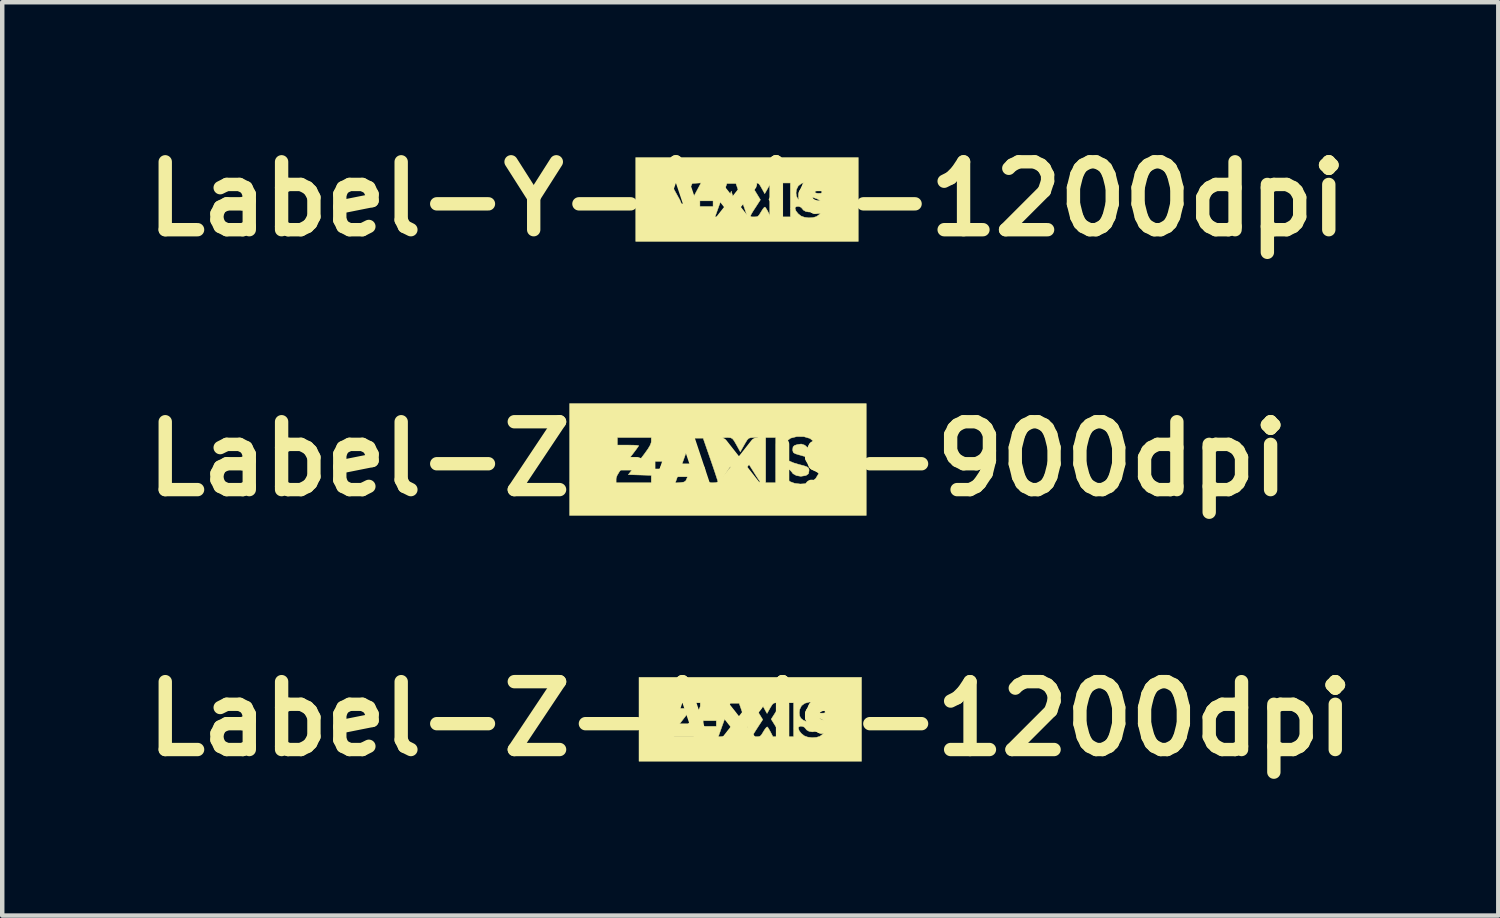
<source format=kicad_pcb>
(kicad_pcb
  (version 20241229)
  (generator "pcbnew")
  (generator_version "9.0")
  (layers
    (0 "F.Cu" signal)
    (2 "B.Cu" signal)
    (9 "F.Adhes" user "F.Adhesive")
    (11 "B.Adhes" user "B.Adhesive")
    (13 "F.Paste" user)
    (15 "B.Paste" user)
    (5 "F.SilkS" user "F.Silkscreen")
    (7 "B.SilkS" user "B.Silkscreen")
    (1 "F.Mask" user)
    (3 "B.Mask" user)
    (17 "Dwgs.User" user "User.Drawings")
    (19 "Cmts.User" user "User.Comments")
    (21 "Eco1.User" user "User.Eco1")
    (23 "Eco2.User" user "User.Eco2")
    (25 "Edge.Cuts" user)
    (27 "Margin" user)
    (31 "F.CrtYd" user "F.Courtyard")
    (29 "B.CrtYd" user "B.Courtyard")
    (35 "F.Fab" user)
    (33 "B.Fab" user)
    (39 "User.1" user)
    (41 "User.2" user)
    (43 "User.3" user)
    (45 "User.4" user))
  (footprint "Label-Z-Axis-900dpi"
    (layer "F.Cu")
    (at 13.07 7.254)
    (property "Reference" "Label-Z-Axis-900dpi" (at 0 0 0) (layer "F.SilkS") (effects (font (size 1.524 1.524) (thickness 0.3))))
    (attr through_hole)
    (fp_poly (pts (xy -0.42 -0.068) (xy -0.392 0.023) (xy -0.373 0.092) (xy -0.367 0.12) (xy -0.392 0.133) (xy -0.455 0.14) (xy -0.483 0.141) (xy -0.56 0.135) (xy -0.587 0.115) (xy -0.586 0.106) (xy -0.57 0.061) (xy -0.544 -0.018) (xy -0.522 -0.082) (xy -0.472 -0.235) (xy -0.42 -0.068)) (stroke (width 0.01) (type solid)) (fill yes) (layer "F.SilkS"))
    (fp_poly (pts (xy 3.33 1.27) (xy -3.33 1.27) (xy -3.33 0.539) (xy -0.958 0.539) (xy -0.841 0.531) (xy -0.764 0.52) (xy -0.722 0.492) (xy -0.695 0.433) (xy -0.691 0.423) (xy -0.671 0.37) (xy -0.646 0.34) (xy -0.6 0.325) (xy -0.518 0.318) (xy -0.475 0.316) (xy -0.292 0.308) (xy -0.258 0.422) (xy -0.232 0.494) (xy -0.2 0.527) (xy -0.142 0.536) (xy -0.112 0.536) (xy -0.041 0.531) (xy -0.013 0.521) (xy 0.079 0.521) (xy 0.1 0.534) (xy 0.144 0.536) (xy 0.18 0.536) (xy 0.25 0.534) (xy 0.297 0.519) (xy 0.335 0.48) (xy 0.381 0.406) (xy 0.395 0.381) (xy 0.445 0.303) (xy 0.487 0.253) (xy 0.511 0.242) (xy 0.537 0.274) (xy 0.578 0.341) (xy 0.608 0.397) (xy 0.678 0.536) (xy 0.822 0.536) (xy 0.907 0.533) (xy 0.943 0.522) (xy 0.939 0.501) (xy 0.938 0.501) (xy 0.912 0.462) (xy 0.864 0.389) (xy 0.803 0.292) (xy 0.769 0.238) (xy 0.627 0.01) (xy 0.752 -0.185) (xy 0.831 -0.309) (xy 0.883 -0.392) (xy 0.908 -0.443) (xy 0.908 -0.469) (xy 0.885 -0.479) (xy 0.853 -0.48) (xy 1.072 -0.48) (xy 1.072 0.536) (xy 1.298 0.536) (xy 1.298 0.276) (xy 1.439 0.276) (xy 1.464 0.356) (xy 1.529 0.44) (xy 1.619 0.51) (xy 1.721 0.548) (xy 1.849 0.564) (xy 1.978 0.556) (xy 2.083 0.525) (xy 2.195 0.442) (xy 2.258 0.337) (xy 2.271 0.218) (xy 2.247 0.131) (xy 2.216 0.077) (xy 2.168 0.033) (xy 2.092 -0.006) (xy 1.981 -0.046) (xy 1.823 -0.091) (xy 1.82 -0.091) (xy 1.737 -0.117) (xy 1.695 -0.142) (xy 1.681 -0.181) (xy 1.679 -0.213) (xy 1.687 -0.27) (xy 1.72 -0.302) (xy 1.783 -0.322) (xy 1.87 -0.334) (xy 1.938 -0.313) (xy 1.96 -0.3) (xy 2.011 -0.254) (xy 2.032 -0.211) (xy 2.052 -0.182) (xy 2.116 -0.17) (xy 2.143 -0.169) (xy 2.214 -0.172) (xy 2.241 -0.187) (xy 2.237 -0.228) (xy 2.228 -0.258) (xy 2.168 -0.378) (xy 2.068 -0.459) (xy 1.93 -0.5) (xy 1.769 -0.501) (xy 1.632 -0.466) (xy 1.534 -0.392) (xy 1.479 -0.281) (xy 1.468 -0.181) (xy 1.478 -0.087) (xy 1.516 -0.015) (xy 1.588 0.042) (xy 1.702 0.09) (xy 1.824 0.126) (xy 1.934 0.155) (xy 2 0.179) (xy 2.033 0.203) (xy 2.045 0.234) (xy 2.046 0.266) (xy 2.033 0.332) (xy 1.984 0.368) (xy 1.967 0.374) (xy 1.862 0.391) (xy 1.762 0.374) (xy 1.685 0.331) (xy 1.659 0.295) (xy 1.618 0.249) (xy 1.556 0.224) (xy 1.494 0.223) (xy 1.45 0.246) (xy 1.439 0.276) (xy 1.298 0.276) (xy 1.298 -0.48) (xy 1.072 -0.48) (xy 0.853 -0.48) (xy 0.84 -0.48) (xy 0.808 -0.48) (xy 0.739 -0.477) (xy 0.693 -0.463) (xy 0.656 -0.425) (xy 0.611 -0.352) (xy 0.593 -0.32) (xy 0.502 -0.16) (xy 0.414 -0.32) (xy 0.364 -0.406) (xy 0.326 -0.454) (xy 0.285 -0.475) (xy 0.225 -0.48) (xy 0.205 -0.48) (xy 0.132 -0.476) (xy 0.089 -0.468) (xy 0.085 -0.464) (xy 0.098 -0.434) (xy 0.136 -0.368) (xy 0.19 -0.277) (xy 0.229 -0.212) (xy 0.373 0.023) (xy 0.246 0.22) (xy 0.163 0.348) (xy 0.109 0.436) (xy 0.081 0.491) (xy 0.079 0.521) (xy -0.013 0.521) (xy -0.003 0.517) (xy 0 0.512) (xy -0.009 0.479) (xy -0.034 0.402) (xy -0.071 0.289) (xy -0.118 0.15) (xy -0.166 0.011) (xy -0.332 -0.466) (xy -0.601 -0.466) (xy -0.65 -0.325) (xy -0.679 -0.244) (xy -0.721 -0.125) (xy -0.771 0.016) (xy -0.824 0.164) (xy -0.829 0.178) (xy -0.958 0.539) (xy -3.33 0.539) (xy -3.33 0.451) (xy -2.286 0.451) (xy -2.286 0.536) (xy -1.496 0.536) (xy -1.496 0.369) (xy -1.753 0.361) (xy -2.011 0.353) (xy -1.779 0.056) (xy -1.411 0.056) (xy -1.411 0.226) (xy -1.016 0.226) (xy -1.016 0.056) (xy -1.411 0.056) (xy -1.779 0.056) (xy -1.753 0.023) (xy -1.645 -0.119) (xy -1.569 -0.226) (xy -1.522 -0.305) (xy -1.5 -0.363) (xy -1.496 -0.393) (xy -1.496 -0.48) (xy -2.258 -0.48) (xy -2.258 -0.31) (xy -2.018 -0.31) (xy -1.909 -0.309) (xy -1.827 -0.305) (xy -1.782 -0.298) (xy -1.778 -0.296) (xy -1.795 -0.27) (xy -1.84 -0.207) (xy -1.908 -0.117) (xy -1.993 -0.008) (xy -2.032 0.042) (xy -2.14 0.184) (xy -2.215 0.29) (xy -2.262 0.368) (xy -2.283 0.425) (xy -2.286 0.451) (xy -3.33 0.451) (xy -3.33 -1.242) (xy 3.33 -1.242) (xy 3.33 1.27)) (stroke (width 0.01) (type solid)) (fill yes) (layer "F.SilkS")))
  (footprint "Label-Y-Axis-1200dpi"
    (layer "F.Cu")
    (at 13.723 1.418)
    (property "Reference" "Label-Y-Axis-1200dpi" (at 0 0 0) (layer "F.SilkS") (effects (font (size 1.524 1.524) (thickness 0.3))))
    (attr through_hole)
    (fp_poly (pts (xy -0.315 -0.051) (xy -0.294 0.017) (xy -0.28 0.069) (xy -0.275 0.09) (xy -0.294 0.1) (xy -0.341 0.105) (xy -0.362 0.106) (xy -0.42 0.101) (xy -0.44 0.087) (xy -0.439 0.079) (xy -0.428 0.046) (xy -0.408 -0.013) (xy -0.392 -0.062) (xy -0.354 -0.177) (xy -0.315 -0.051)) (stroke (width 0.01) (type solid)) (fill yes) (layer "F.SilkS"))
    (fp_poly (pts (xy 2.498 0.953) (xy -2.498 0.953) (xy -2.498 0.405) (xy -0.719 0.405) (xy -0.631 0.398) (xy -0.573 0.39) (xy -0.542 0.369) (xy -0.521 0.325) (xy -0.519 0.318) (xy -0.503 0.278) (xy -0.484 0.255) (xy -0.45 0.244) (xy -0.389 0.239) (xy -0.356 0.237) (xy -0.219 0.231) (xy -0.193 0.317) (xy -0.174 0.371) (xy -0.15 0.395) (xy -0.106 0.402) (xy -0.084 0.402) (xy -0.031 0.398) (xy -0.01 0.391) (xy 0.08 0.391) (xy 0.097 0.4) (xy 0.129 0.402) (xy 0.156 0.402) (xy 0.209 0.4) (xy 0.244 0.389) (xy 0.272 0.36) (xy 0.307 0.304) (xy 0.318 0.286) (xy 0.355 0.227) (xy 0.386 0.19) (xy 0.404 0.181) (xy 0.424 0.206) (xy 0.455 0.256) (xy 0.477 0.298) (xy 0.53 0.402) (xy 0.638 0.402) (xy 0.701 0.4) (xy 0.728 0.392) (xy 0.725 0.376) (xy 0.725 0.376) (xy 0.705 0.347) (xy 0.669 0.292) (xy 0.623 0.219) (xy 0.598 0.178) (xy 0.491 0.008) (xy 0.585 -0.139) (xy 0.645 -0.232) (xy 0.683 -0.294) (xy 0.702 -0.332) (xy 0.702 -0.352) (xy 0.685 -0.359) (xy 0.661 -0.36) (xy 0.804 -0.36) (xy 0.804 0.402) (xy 0.974 0.402) (xy 0.974 0.207) (xy 1.079 0.207) (xy 1.098 0.267) (xy 1.147 0.33) (xy 1.214 0.383) (xy 1.291 0.411) (xy 1.387 0.423) (xy 1.484 0.417) (xy 1.562 0.394) (xy 1.646 0.331) (xy 1.694 0.253) (xy 1.703 0.164) (xy 1.685 0.098) (xy 1.662 0.058) (xy 1.626 0.025) (xy 1.569 -0.005) (xy 1.485 -0.034) (xy 1.367 -0.068) (xy 1.365 -0.069) (xy 1.303 -0.087) (xy 1.271 -0.107) (xy 1.26 -0.136) (xy 1.259 -0.159) (xy 1.265 -0.203) (xy 1.29 -0.226) (xy 1.337 -0.242) (xy 1.402 -0.25) (xy 1.453 -0.235) (xy 1.47 -0.225) (xy 1.508 -0.19) (xy 1.524 -0.158) (xy 1.539 -0.136) (xy 1.587 -0.127) (xy 1.607 -0.127) (xy 1.66 -0.129) (xy 1.681 -0.14) (xy 1.678 -0.171) (xy 1.671 -0.193) (xy 1.626 -0.284) (xy 1.551 -0.344) (xy 1.447 -0.375) (xy 1.327 -0.376) (xy 1.224 -0.349) (xy 1.151 -0.294) (xy 1.11 -0.211) (xy 1.101 -0.136) (xy 1.109 -0.065) (xy 1.137 -0.011) (xy 1.191 0.032) (xy 1.277 0.068) (xy 1.368 0.094) (xy 1.45 0.117) (xy 1.5 0.134) (xy 1.525 0.152) (xy 1.534 0.176) (xy 1.535 0.199) (xy 1.525 0.249) (xy 1.488 0.276) (xy 1.475 0.281) (xy 1.396 0.293) (xy 1.321 0.281) (xy 1.264 0.248) (xy 1.244 0.221) (xy 1.213 0.187) (xy 1.167 0.168) (xy 1.121 0.167) (xy 1.087 0.184) (xy 1.079 0.207) (xy 0.974 0.207) (xy 0.974 -0.36) (xy 0.804 -0.36) (xy 0.661 -0.36) (xy 0.651 -0.36) (xy 0.627 -0.36) (xy 0.576 -0.358) (xy 0.541 -0.347) (xy 0.513 -0.319) (xy 0.479 -0.264) (xy 0.466 -0.24) (xy 0.398 -0.12) (xy 0.331 -0.24) (xy 0.294 -0.305) (xy 0.266 -0.341) (xy 0.235 -0.356) (xy 0.19 -0.36) (xy 0.175 -0.36) (xy 0.12 -0.357) (xy 0.088 -0.351) (xy 0.085 -0.348) (xy 0.095 -0.326) (xy 0.123 -0.276) (xy 0.163 -0.207) (xy 0.193 -0.159) (xy 0.301 0.018) (xy 0.206 0.165) (xy 0.143 0.261) (xy 0.103 0.327) (xy 0.082 0.368) (xy 0.08 0.391) (xy -0.01 0.391) (xy -0.002 0.388) (xy 0 0.384) (xy -0.007 0.359) (xy -0.025 0.301) (xy -0.053 0.217) (xy -0.089 0.113) (xy -0.125 0.009) (xy -0.249 -0.349) (xy -0.451 -0.349) (xy -0.488 -0.243) (xy -0.509 -0.183) (xy -0.541 -0.094) (xy -0.578 0.012) (xy -0.618 0.123) (xy -0.622 0.133) (xy -0.719 0.405) (xy -2.498 0.405) (xy -2.498 -0.36) (xy -1.716 -0.36) (xy -1.68 -0.291) (xy -1.653 -0.24) (xy -1.613 -0.167) (xy -1.567 -0.084) (xy -1.553 -0.059) (xy -1.507 0.024) (xy -1.48 0.087) (xy -1.466 0.143) (xy -1.461 0.208) (xy -1.46 0.253) (xy -1.46 0.402) (xy -1.291 0.402) (xy -1.291 0.263) (xy -1.29 0.203) (xy -1.284 0.152) (xy -1.269 0.1) (xy -1.244 0.042) (xy -1.058 0.042) (xy -1.058 0.169) (xy -0.762 0.169) (xy -0.762 0.042) (xy -1.058 0.042) (xy -1.244 0.042) (xy -1.243 0.038) (xy -1.202 -0.044) (xy -1.162 -0.119) (xy -1.032 -0.362) (xy -1.23 -0.349) (xy -1.302 -0.191) (xy -1.374 -0.032) (xy -1.45 -0.196) (xy -1.525 -0.36) (xy -1.716 -0.36) (xy -2.498 -0.36) (xy -2.498 -0.931) (xy 2.498 -0.931) (xy 2.498 0.953)) (stroke (width 0.01) (type solid)) (fill yes) (layer "F.SilkS")))
  (footprint "Label-Z-Axis-1200dpi"
    (layer "F.Cu")
    (at 13.796 13.09)
    (property "Reference" "Label-Z-Axis-1200dpi" (at 0 0 0) (layer "F.SilkS") (effects (font (size 1.524 1.524) (thickness 0.3))))
    (attr through_hole)
    (fp_poly (pts (xy -0.315 -0.051) (xy -0.294 0.017) (xy -0.28 0.069) (xy -0.275 0.09) (xy -0.294 0.1) (xy -0.341 0.105) (xy -0.362 0.106) (xy -0.42 0.101) (xy -0.44 0.087) (xy -0.439 0.079) (xy -0.428 0.046) (xy -0.408 -0.013) (xy -0.392 -0.062) (xy -0.354 -0.177) (xy -0.315 -0.051)) (stroke (width 0.01) (type solid)) (fill yes) (layer "F.SilkS"))
    (fp_poly (pts (xy 2.498 0.953) (xy -2.498 0.953) (xy -2.498 0.405) (xy -0.719 0.405) (xy -0.631 0.398) (xy -0.573 0.39) (xy -0.542 0.369) (xy -0.521 0.325) (xy -0.519 0.318) (xy -0.503 0.278) (xy -0.484 0.255) (xy -0.45 0.244) (xy -0.389 0.239) (xy -0.356 0.237) (xy -0.219 0.231) (xy -0.193 0.317) (xy -0.174 0.371) (xy -0.15 0.395) (xy -0.106 0.402) (xy -0.084 0.402) (xy -0.031 0.398) (xy -0.01 0.391) (xy 0.059 0.391) (xy 0.075 0.4) (xy 0.108 0.402) (xy 0.135 0.402) (xy 0.188 0.4) (xy 0.222 0.389) (xy 0.251 0.36) (xy 0.286 0.304) (xy 0.296 0.286) (xy 0.334 0.227) (xy 0.365 0.19) (xy 0.383 0.181) (xy 0.403 0.206) (xy 0.433 0.256) (xy 0.456 0.298) (xy 0.509 0.402) (xy 0.617 0.402) (xy 0.68 0.4) (xy 0.707 0.392) (xy 0.704 0.376) (xy 0.704 0.376) (xy 0.684 0.347) (xy 0.648 0.292) (xy 0.602 0.219) (xy 0.576 0.178) (xy 0.47 0.008) (xy 0.564 -0.139) (xy 0.623 -0.232) (xy 0.662 -0.294) (xy 0.681 -0.332) (xy 0.681 -0.352) (xy 0.664 -0.359) (xy 0.64 -0.36) (xy 0.804 -0.36) (xy 0.804 0.402) (xy 0.974 0.402) (xy 0.974 0.207) (xy 1.079 0.207) (xy 1.098 0.267) (xy 1.147 0.33) (xy 1.214 0.383) (xy 1.291 0.411) (xy 1.387 0.423) (xy 1.484 0.417) (xy 1.562 0.394) (xy 1.646 0.331) (xy 1.694 0.253) (xy 1.703 0.164) (xy 1.685 0.098) (xy 1.662 0.058) (xy 1.626 0.025) (xy 1.569 -0.005) (xy 1.485 -0.034) (xy 1.367 -0.068) (xy 1.365 -0.069) (xy 1.303 -0.087) (xy 1.271 -0.107) (xy 1.26 -0.136) (xy 1.259 -0.159) (xy 1.265 -0.203) (xy 1.29 -0.226) (xy 1.337 -0.242) (xy 1.402 -0.25) (xy 1.453 -0.235) (xy 1.47 -0.225) (xy 1.508 -0.19) (xy 1.524 -0.158) (xy 1.539 -0.136) (xy 1.587 -0.127) (xy 1.607 -0.127) (xy 1.66 -0.129) (xy 1.681 -0.14) (xy 1.678 -0.171) (xy 1.671 -0.193) (xy 1.626 -0.284) (xy 1.551 -0.344) (xy 1.447 -0.375) (xy 1.327 -0.376) (xy 1.224 -0.349) (xy 1.151 -0.294) (xy 1.11 -0.211) (xy 1.101 -0.136) (xy 1.109 -0.065) (xy 1.137 -0.011) (xy 1.191 0.032) (xy 1.277 0.068) (xy 1.368 0.094) (xy 1.45 0.117) (xy 1.5 0.134) (xy 1.525 0.152) (xy 1.534 0.176) (xy 1.535 0.199) (xy 1.525 0.249) (xy 1.488 0.276) (xy 1.475 0.281) (xy 1.396 0.293) (xy 1.321 0.281) (xy 1.264 0.248) (xy 1.244 0.221) (xy 1.213 0.187) (xy 1.167 0.168) (xy 1.121 0.167) (xy 1.087 0.184) (xy 1.079 0.207) (xy 0.974 0.207) (xy 0.974 -0.36) (xy 0.804 -0.36) (xy 0.64 -0.36) (xy 0.63 -0.36) (xy 0.606 -0.36) (xy 0.554 -0.358) (xy 0.52 -0.347) (xy 0.492 -0.319) (xy 0.458 -0.264) (xy 0.444 -0.24) (xy 0.377 -0.12) (xy 0.31 -0.24) (xy 0.273 -0.305) (xy 0.244 -0.341) (xy 0.213 -0.356) (xy 0.169 -0.36) (xy 0.154 -0.36) (xy 0.099 -0.357) (xy 0.067 -0.351) (xy 0.064 -0.348) (xy 0.074 -0.326) (xy 0.102 -0.276) (xy 0.142 -0.207) (xy 0.172 -0.159) (xy 0.28 0.018) (xy 0.184 0.165) (xy 0.122 0.261) (xy 0.081 0.327) (xy 0.061 0.368) (xy 0.059 0.391) (xy -0.01 0.391) (xy -0.002 0.388) (xy 0 0.384) (xy -0.007 0.359) (xy -0.025 0.301) (xy -0.053 0.217) (xy -0.089 0.113) (xy -0.125 0.009) (xy -0.249 -0.349) (xy -0.451 -0.349) (xy -0.488 -0.243) (xy -0.509 -0.183) (xy -0.541 -0.094) (xy -0.578 0.012) (xy -0.618 0.123) (xy -0.622 0.133) (xy -0.719 0.405) (xy -2.498 0.405) (xy -2.498 0.338) (xy -1.714 0.338) (xy -1.714 0.402) (xy -1.122 0.402) (xy -1.122 0.277) (xy -1.508 0.265) (xy -1.334 0.042) (xy -1.058 0.042) (xy -1.058 0.169) (xy -0.762 0.169) (xy -0.762 0.042) (xy -1.058 0.042) (xy -1.334 0.042) (xy -1.315 0.017) (xy -1.234 -0.089) (xy -1.177 -0.17) (xy -1.142 -0.229) (xy -1.125 -0.272) (xy -1.122 -0.295) (xy -1.122 -0.36) (xy -1.693 -0.36) (xy -1.693 -0.233) (xy -1.513 -0.233) (xy -1.432 -0.232) (xy -1.37 -0.228) (xy -1.337 -0.224) (xy -1.333 -0.222) (xy -1.346 -0.202) (xy -1.38 -0.156) (xy -1.431 -0.088) (xy -1.495 -0.006) (xy -1.524 0.032) (xy -1.605 0.138) (xy -1.662 0.217) (xy -1.696 0.276) (xy -1.712 0.319) (xy -1.714 0.338) (xy -2.498 0.338) (xy -2.498 -0.931) (xy 2.498 -0.931) (xy 2.498 0.953)) (stroke (width 0.01) (type solid)) (fill yes) (layer "F.SilkS")))
  (gr_rect
    (start -3 -3)
    (end 30.592 17.508)
    (stroke (width 0.1) (type default))
    (fill no)
    (layer "Edge.Cuts")))
</source>
